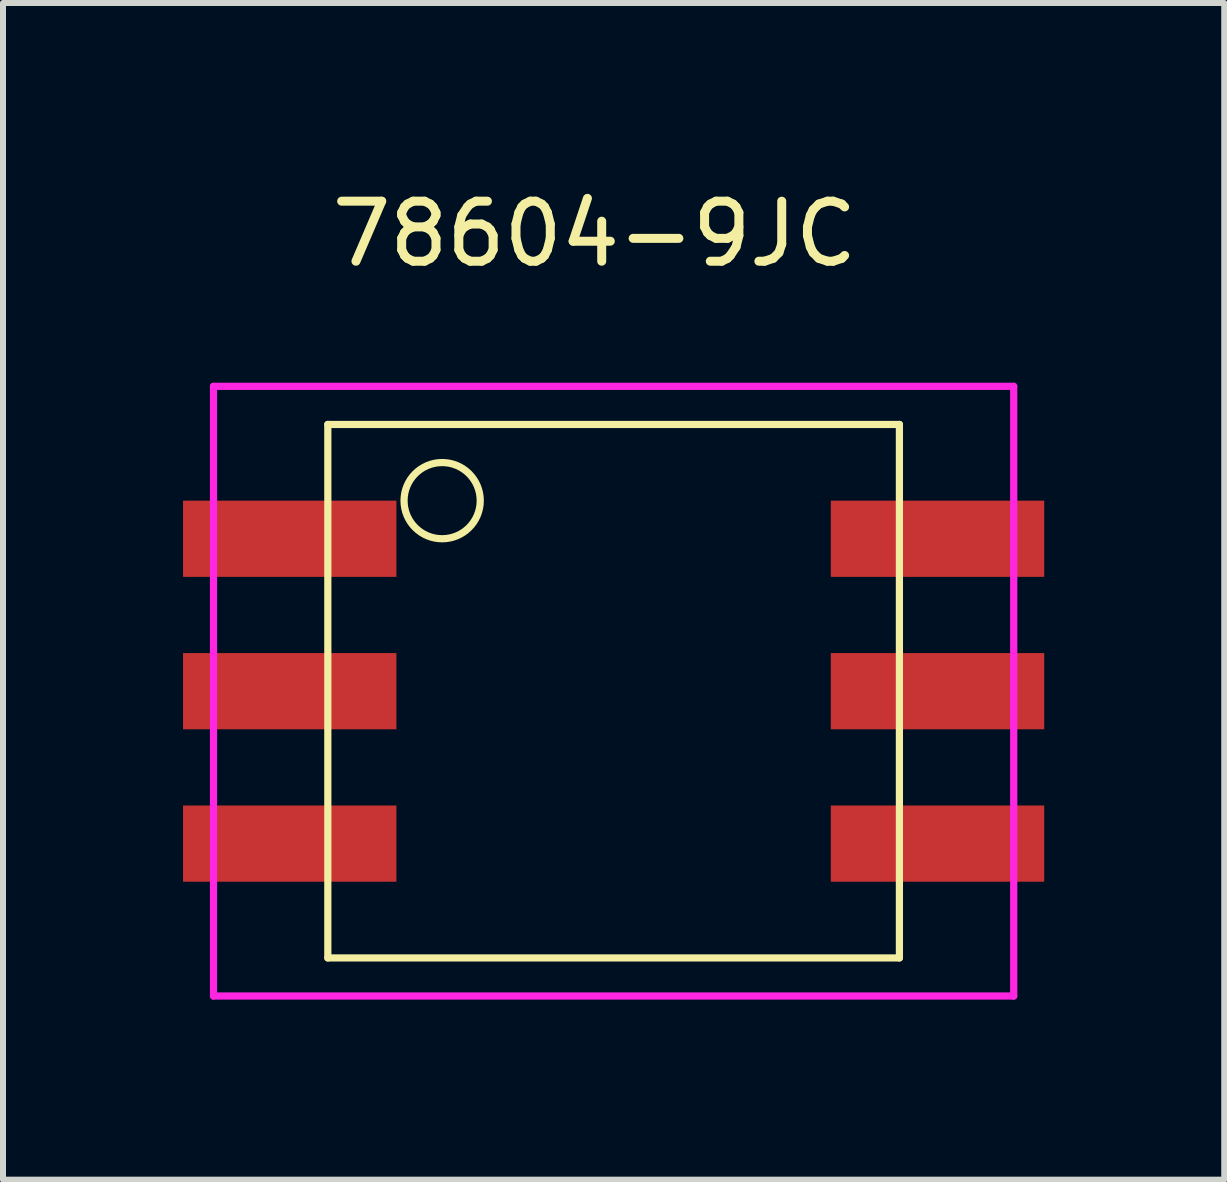
<source format=kicad_pcb>
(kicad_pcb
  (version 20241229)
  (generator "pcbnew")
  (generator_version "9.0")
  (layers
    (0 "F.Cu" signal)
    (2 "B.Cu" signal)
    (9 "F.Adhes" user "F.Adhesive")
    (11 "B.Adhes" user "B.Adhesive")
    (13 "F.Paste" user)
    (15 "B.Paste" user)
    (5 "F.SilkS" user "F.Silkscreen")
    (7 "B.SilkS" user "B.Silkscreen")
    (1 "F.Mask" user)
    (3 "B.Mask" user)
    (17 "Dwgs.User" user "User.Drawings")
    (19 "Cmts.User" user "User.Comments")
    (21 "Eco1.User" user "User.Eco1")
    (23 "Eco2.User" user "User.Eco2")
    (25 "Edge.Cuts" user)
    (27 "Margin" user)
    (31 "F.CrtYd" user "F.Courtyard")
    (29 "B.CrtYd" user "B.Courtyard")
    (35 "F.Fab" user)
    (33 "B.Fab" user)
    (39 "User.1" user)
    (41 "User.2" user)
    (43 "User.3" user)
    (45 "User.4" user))
  (footprint "78604-9JC"
    (layer "F.Cu")
    (at 6.858 8.468)
    (property "Reference" "78604-9JC" (at 0 -7.62 0) (layer "F.SilkS") (effects (font (size 1 1) (thickness 0.15))))
    (attr through_hole)
    (fp_line (start -4.445 -4.445) (end -4.445 4.445) (stroke (width 0.12) (type solid)) (layer "F.SilkS"))
    (fp_line (start -4.445 4.445) (end 5.08 4.445) (stroke (width 0.12) (type solid)) (layer "F.SilkS"))
    (fp_line (start 5.08 -4.445) (end -4.445 -4.445) (stroke (width 0.12) (type solid)) (layer "F.SilkS"))
    (fp_line (start 5.08 4.445) (end 5.08 -4.445) (stroke (width 0.12) (type solid)) (layer "F.SilkS"))
    (fp_circle (center -2.54 -3.175) (end -2.54 -3.81) (stroke (width 0.12) (type solid)) (fill no) (layer "F.SilkS"))
    (fp_line (start -6.35 -5.08) (end -6.35 5.08) (stroke (width 0.12) (type solid)) (layer "F.CrtYd"))
    (fp_line (start -6.35 5.08) (end 6.985 5.08) (stroke (width 0.12) (type solid)) (layer "F.CrtYd"))
    (fp_line (start 6.985 -5.08) (end -6.35 -5.08) (stroke (width 0.12) (type solid)) (layer "F.CrtYd"))
    (fp_line (start 6.985 5.08) (end 6.985 -5.08) (stroke (width 0.12) (type solid)) (layer "F.CrtYd"))
    (pad "1" smd rect (at -5.08 -2.54) (size 3.556 1.27) (layers "F.Cu" "F.Mask" "F.Paste"))
    (pad "2" smd rect (at -5.08 0) (size 3.556 1.27) (layers "F.Cu" "F.Mask" "F.Paste"))
    (pad "3" smd rect (at -5.08 2.54) (size 3.556 1.27) (layers "F.Cu" "F.Mask" "F.Paste"))
    (pad "4" smd rect (at 5.715 -2.54) (size 3.556 1.27) (layers "F.Cu" "F.Mask" "F.Paste"))
    (pad "5" smd rect (at 5.715 0) (size 3.556 1.27) (layers "F.Cu" "F.Mask" "F.Paste"))
    (pad "6" smd rect (at 5.715 2.54) (size 3.556 1.27) (layers "F.Cu" "F.Mask" "F.Paste")))
  (gr_rect
    (start -3 -3)
    (end 17.351 16.608)
    (stroke (width 0.1) (type default))
    (fill no)
    (layer "Edge.Cuts")))
</source>
